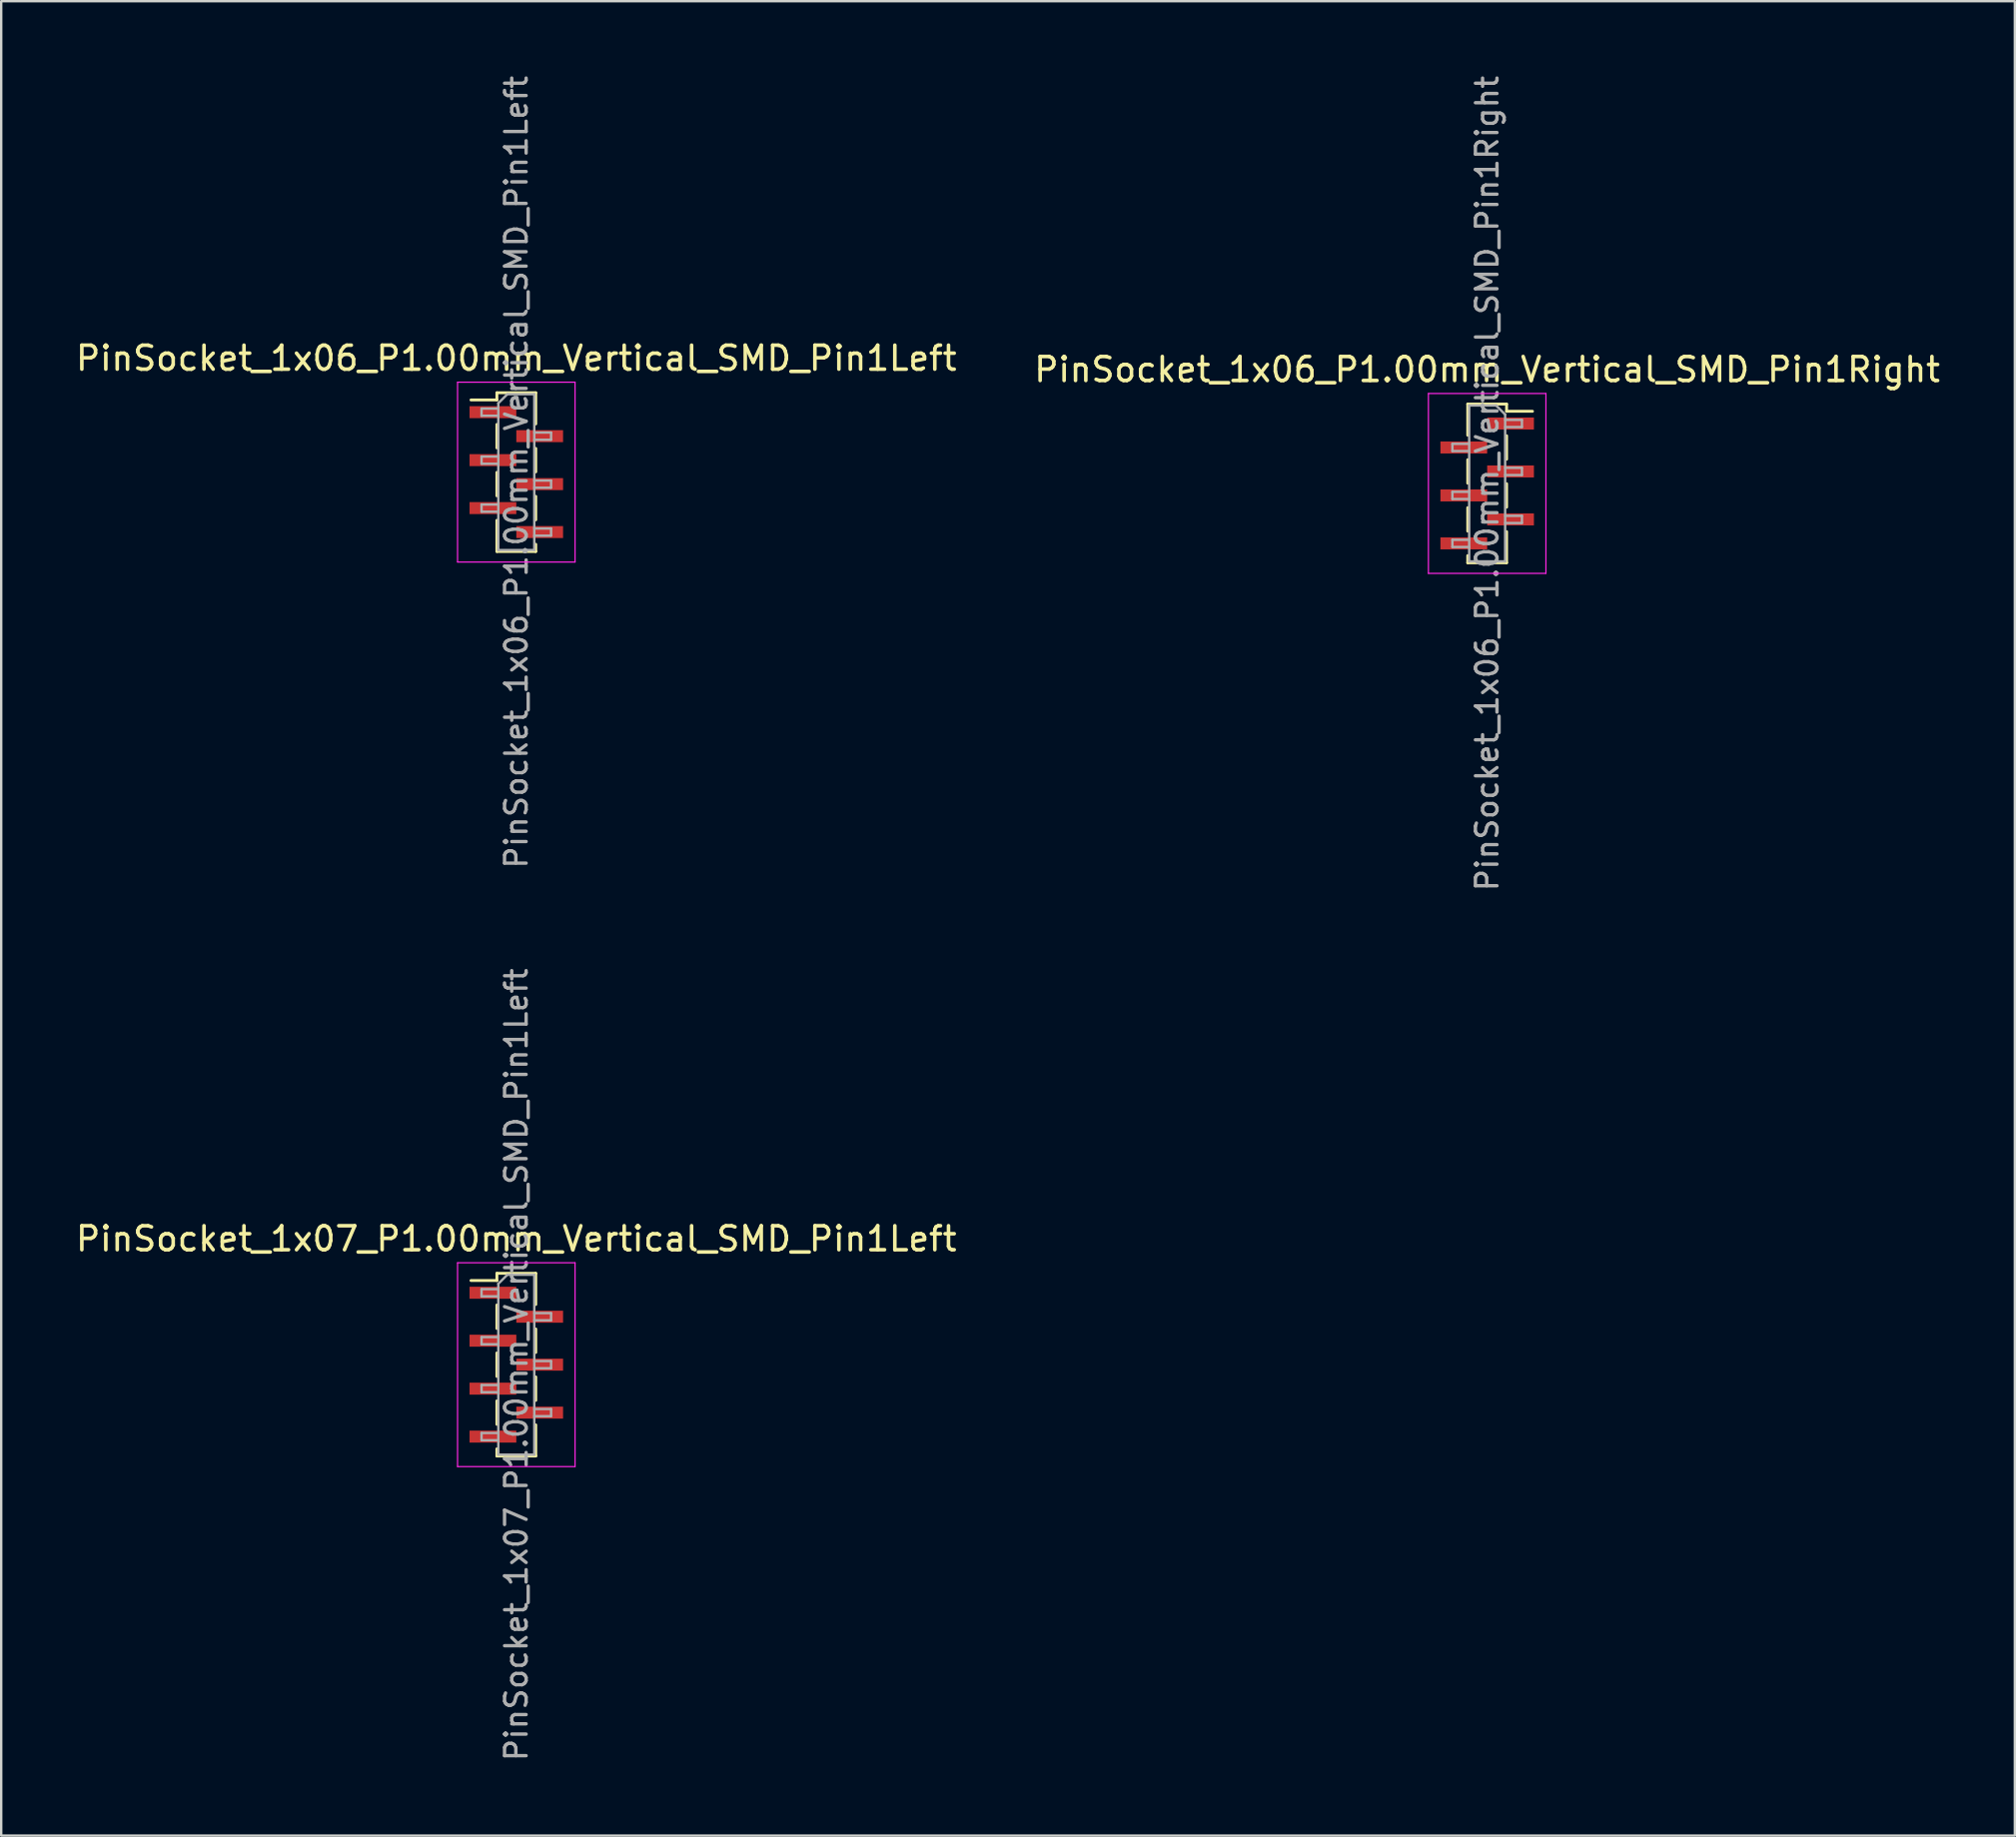
<source format=kicad_pcb>
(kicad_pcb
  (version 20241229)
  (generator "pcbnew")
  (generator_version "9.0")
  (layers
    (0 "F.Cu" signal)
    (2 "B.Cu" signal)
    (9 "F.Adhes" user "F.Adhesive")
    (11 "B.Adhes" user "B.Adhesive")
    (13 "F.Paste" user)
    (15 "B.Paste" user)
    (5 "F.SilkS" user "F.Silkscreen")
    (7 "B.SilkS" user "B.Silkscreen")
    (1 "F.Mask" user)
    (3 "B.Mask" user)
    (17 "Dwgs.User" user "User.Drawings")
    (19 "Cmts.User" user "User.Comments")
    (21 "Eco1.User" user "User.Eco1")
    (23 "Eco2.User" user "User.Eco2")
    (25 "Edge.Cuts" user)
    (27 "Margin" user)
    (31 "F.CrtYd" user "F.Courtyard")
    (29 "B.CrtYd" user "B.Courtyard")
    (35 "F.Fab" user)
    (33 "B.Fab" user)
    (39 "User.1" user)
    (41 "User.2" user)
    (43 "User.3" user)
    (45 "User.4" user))
  (footprint "PinSocket_1x06_P1.00mm_Vertical_SMD_Pin1Right"
    (layer "F.Cu")
    (at 58.97 17.113)
    (property "Reference" "PinSocket_1x06_P1.00mm_Vertical_SMD_Pin1Right" (at 0 -4.75 0) (layer "F.SilkS") (effects (font (size 1 1) (thickness 0.15))))
    (attr smd)
    (fp_line (start -0.81 -3.31) (end -0.81 -2.01) (stroke (width 0.12) (type solid)) (layer "F.SilkS"))
    (fp_line (start -0.81 -3.31) (end 0.81 -3.31) (stroke (width 0.12) (type solid)) (layer "F.SilkS"))
    (fp_line (start -0.81 -0.99) (end -0.81 -0.01) (stroke (width 0.12) (type solid)) (layer "F.SilkS"))
    (fp_line (start -0.81 1.01) (end -0.81 1.99) (stroke (width 0.12) (type solid)) (layer "F.SilkS"))
    (fp_line (start -0.81 3.01) (end -0.81 3.31) (stroke (width 0.12) (type solid)) (layer "F.SilkS"))
    (fp_line (start -0.81 3.31) (end 0.81 3.31) (stroke (width 0.12) (type solid)) (layer "F.SilkS"))
    (fp_line (start 0.81 -3.31) (end 0.81 -3.01) (stroke (width 0.12) (type solid)) (layer "F.SilkS"))
    (fp_line (start 0.81 -3.01) (end 1.89 -3.01) (stroke (width 0.12) (type solid)) (layer "F.SilkS"))
    (fp_line (start 0.81 -1.99) (end 0.81 -1.01) (stroke (width 0.12) (type solid)) (layer "F.SilkS"))
    (fp_line (start 0.81 0.01) (end 0.81 0.99) (stroke (width 0.12) (type solid)) (layer "F.SilkS"))
    (fp_line (start 0.81 2.01) (end 0.81 3.31) (stroke (width 0.12) (type solid)) (layer "F.SilkS"))
    (fp_line (start -2.45 -3.75) (end 2.45 -3.75) (stroke (width 0.05) (type solid)) (layer "F.CrtYd"))
    (fp_line (start -2.45 3.75) (end -2.45 -3.75) (stroke (width 0.05) (type solid)) (layer "F.CrtYd"))
    (fp_line (start 2.45 -3.75) (end 2.45 3.75) (stroke (width 0.05) (type solid)) (layer "F.CrtYd"))
    (fp_line (start 2.45 3.75) (end -2.45 3.75) (stroke (width 0.05) (type solid)) (layer "F.CrtYd"))
    (fp_line (start -1.45 -1.65) (end -0.75 -1.65) (stroke (width 0.1) (type solid)) (layer "F.Fab"))
    (fp_line (start -1.45 -1.35) (end -1.45 -1.65) (stroke (width 0.1) (type solid)) (layer "F.Fab"))
    (fp_line (start -1.45 0.35) (end -0.75 0.35) (stroke (width 0.1) (type solid)) (layer "F.Fab"))
    (fp_line (start -1.45 0.65) (end -1.45 0.35) (stroke (width 0.1) (type solid)) (layer "F.Fab"))
    (fp_line (start -1.45 2.35) (end -0.75 2.35) (stroke (width 0.1) (type solid)) (layer "F.Fab"))
    (fp_line (start -1.45 2.65) (end -1.45 2.35) (stroke (width 0.1) (type solid)) (layer "F.Fab"))
    (fp_line (start -0.75 -3.25) (end 0.375 -3.25) (stroke (width 0.1) (type solid)) (layer "F.Fab"))
    (fp_line (start -0.75 -1.35) (end -1.45 -1.35) (stroke (width 0.1) (type solid)) (layer "F.Fab"))
    (fp_line (start -0.75 0.65) (end -1.45 0.65) (stroke (width 0.1) (type solid)) (layer "F.Fab"))
    (fp_line (start -0.75 2.65) (end -1.45 2.65) (stroke (width 0.1) (type solid)) (layer "F.Fab"))
    (fp_line (start -0.75 3.25) (end -0.75 -3.25) (stroke (width 0.1) (type solid)) (layer "F.Fab"))
    (fp_line (start 0.375 -3.25) (end 0.75 -2.875) (stroke (width 0.1) (type solid)) (layer "F.Fab"))
    (fp_line (start 0.75 -2.875) (end 0.75 3.25) (stroke (width 0.1) (type solid)) (layer "F.Fab"))
    (fp_line (start 0.75 -2.65) (end 1.45 -2.65) (stroke (width 0.1) (type solid)) (layer "F.Fab"))
    (fp_line (start 0.75 -0.65) (end 1.45 -0.65) (stroke (width 0.1) (type solid)) (layer "F.Fab"))
    (fp_line (start 0.75 1.35) (end 1.45 1.35) (stroke (width 0.1) (type solid)) (layer "F.Fab"))
    (fp_line (start 0.75 3.25) (end -0.75 3.25) (stroke (width 0.1) (type solid)) (layer "F.Fab"))
    (fp_line (start 1.45 -2.65) (end 1.45 -2.35) (stroke (width 0.1) (type solid)) (layer "F.Fab"))
    (fp_line (start 1.45 -2.35) (end 0.75 -2.35) (stroke (width 0.1) (type solid)) (layer "F.Fab"))
    (fp_line (start 1.45 -0.65) (end 1.45 -0.35) (stroke (width 0.1) (type solid)) (layer "F.Fab"))
    (fp_line (start 1.45 -0.35) (end 0.75 -0.35) (stroke (width 0.1) (type solid)) (layer "F.Fab"))
    (fp_line (start 1.45 1.35) (end 1.45 1.65) (stroke (width 0.1) (type solid)) (layer "F.Fab"))
    (fp_line (start 1.45 1.65) (end 0.75 1.65) (stroke (width 0.1) (type solid)) (layer "F.Fab"))
    (fp_text user "${REFERENCE}" (at 0 0 90) (layer "F.Fab") (effects (font (size 0.9 0.9) (thickness 0.14))))
    (pad "1" smd rect (at 0.975 -2.5) (size 1.95 0.5) (layers "F.Cu" "F.Mask" "F.Paste"))
    (pad "2" smd rect (at -0.975 -1.5) (size 1.95 0.5) (layers "F.Cu" "F.Mask" "F.Paste"))
    (pad "3" smd rect (at 0.975 -0.5) (size 1.95 0.5) (layers "F.Cu" "F.Mask" "F.Paste"))
    (pad "4" smd rect (at -0.975 0.5) (size 1.95 0.5) (layers "F.Cu" "F.Mask" "F.Paste"))
    (pad "5" smd rect (at 0.975 1.5) (size 1.95 0.5) (layers "F.Cu" "F.Mask" "F.Paste"))
    (pad "6" smd rect (at -0.975 2.5) (size 1.95 0.5) (layers "F.Cu" "F.Mask" "F.Paste")))
  (footprint "PinSocket_1x06_P1.00mm_Vertical_SMD_Pin1Left"
    (layer "F.Cu")
    (at 18.482 16.641)
    (property "Reference" "PinSocket_1x06_P1.00mm_Vertical_SMD_Pin1Left" (at 0 -4.75 0) (layer "F.SilkS") (effects (font (size 1 1) (thickness 0.15))))
    (attr smd)
    (fp_line (start -1.89 -3.01) (end -0.81 -3.01) (stroke (width 0.12) (type solid)) (layer "F.SilkS"))
    (fp_line (start -0.81 -3.31) (end -0.81 -3.01) (stroke (width 0.12) (type solid)) (layer "F.SilkS"))
    (fp_line (start -0.81 -3.31) (end 0.81 -3.31) (stroke (width 0.12) (type solid)) (layer "F.SilkS"))
    (fp_line (start -0.81 -1.99) (end -0.81 -1.01) (stroke (width 0.12) (type solid)) (layer "F.SilkS"))
    (fp_line (start -0.81 0.01) (end -0.81 0.99) (stroke (width 0.12) (type solid)) (layer "F.SilkS"))
    (fp_line (start -0.81 2.01) (end -0.81 3.31) (stroke (width 0.12) (type solid)) (layer "F.SilkS"))
    (fp_line (start -0.81 3.31) (end 0.81 3.31) (stroke (width 0.12) (type solid)) (layer "F.SilkS"))
    (fp_line (start 0.81 -3.31) (end 0.81 -2.01) (stroke (width 0.12) (type solid)) (layer "F.SilkS"))
    (fp_line (start 0.81 -0.99) (end 0.81 -0.01) (stroke (width 0.12) (type solid)) (layer "F.SilkS"))
    (fp_line (start 0.81 1.01) (end 0.81 1.99) (stroke (width 0.12) (type solid)) (layer "F.SilkS"))
    (fp_line (start 0.81 3.01) (end 0.81 3.31) (stroke (width 0.12) (type solid)) (layer "F.SilkS"))
    (fp_line (start -2.45 -3.75) (end 2.45 -3.75) (stroke (width 0.05) (type solid)) (layer "F.CrtYd"))
    (fp_line (start -2.45 3.75) (end -2.45 -3.75) (stroke (width 0.05) (type solid)) (layer "F.CrtYd"))
    (fp_line (start 2.45 -3.75) (end 2.45 3.75) (stroke (width 0.05) (type solid)) (layer "F.CrtYd"))
    (fp_line (start 2.45 3.75) (end -2.45 3.75) (stroke (width 0.05) (type solid)) (layer "F.CrtYd"))
    (fp_line (start -1.45 -2.65) (end -0.75 -2.65) (stroke (width 0.1) (type solid)) (layer "F.Fab"))
    (fp_line (start -1.45 -2.35) (end -1.45 -2.65) (stroke (width 0.1) (type solid)) (layer "F.Fab"))
    (fp_line (start -1.45 -0.65) (end -0.75 -0.65) (stroke (width 0.1) (type solid)) (layer "F.Fab"))
    (fp_line (start -1.45 -0.35) (end -1.45 -0.65) (stroke (width 0.1) (type solid)) (layer "F.Fab"))
    (fp_line (start -1.45 1.35) (end -0.75 1.35) (stroke (width 0.1) (type solid)) (layer "F.Fab"))
    (fp_line (start -1.45 1.65) (end -1.45 1.35) (stroke (width 0.1) (type solid)) (layer "F.Fab"))
    (fp_line (start -0.75 -2.875) (end -0.375 -3.25) (stroke (width 0.1) (type solid)) (layer "F.Fab"))
    (fp_line (start -0.75 -2.35) (end -1.45 -2.35) (stroke (width 0.1) (type solid)) (layer "F.Fab"))
    (fp_line (start -0.75 -0.35) (end -1.45 -0.35) (stroke (width 0.1) (type solid)) (layer "F.Fab"))
    (fp_line (start -0.75 1.65) (end -1.45 1.65) (stroke (width 0.1) (type solid)) (layer "F.Fab"))
    (fp_line (start -0.75 3.25) (end -0.75 -2.875) (stroke (width 0.1) (type solid)) (layer "F.Fab"))
    (fp_line (start -0.375 -3.25) (end 0.75 -3.25) (stroke (width 0.1) (type solid)) (layer "F.Fab"))
    (fp_line (start 0.75 -3.25) (end 0.75 3.25) (stroke (width 0.1) (type solid)) (layer "F.Fab"))
    (fp_line (start 0.75 -1.65) (end 1.45 -1.65) (stroke (width 0.1) (type solid)) (layer "F.Fab"))
    (fp_line (start 0.75 0.35) (end 1.45 0.35) (stroke (width 0.1) (type solid)) (layer "F.Fab"))
    (fp_line (start 0.75 2.35) (end 1.45 2.35) (stroke (width 0.1) (type solid)) (layer "F.Fab"))
    (fp_line (start 0.75 3.25) (end -0.75 3.25) (stroke (width 0.1) (type solid)) (layer "F.Fab"))
    (fp_line (start 1.45 -1.65) (end 1.45 -1.35) (stroke (width 0.1) (type solid)) (layer "F.Fab"))
    (fp_line (start 1.45 -1.35) (end 0.75 -1.35) (stroke (width 0.1) (type solid)) (layer "F.Fab"))
    (fp_line (start 1.45 0.35) (end 1.45 0.65) (stroke (width 0.1) (type solid)) (layer "F.Fab"))
    (fp_line (start 1.45 0.65) (end 0.75 0.65) (stroke (width 0.1) (type solid)) (layer "F.Fab"))
    (fp_line (start 1.45 2.35) (end 1.45 2.65) (stroke (width 0.1) (type solid)) (layer "F.Fab"))
    (fp_line (start 1.45 2.65) (end 0.75 2.65) (stroke (width 0.1) (type solid)) (layer "F.Fab"))
    (fp_text user "${REFERENCE}" (at 0 0 90) (layer "F.Fab") (effects (font (size 0.9 0.9) (thickness 0.14))))
    (pad "1" smd rect (at -0.975 -2.5) (size 1.95 0.5) (layers "F.Cu" "F.Mask" "F.Paste"))
    (pad "2" smd rect (at 0.975 -1.5) (size 1.95 0.5) (layers "F.Cu" "F.Mask" "F.Paste"))
    (pad "3" smd rect (at -0.975 -0.5) (size 1.95 0.5) (layers "F.Cu" "F.Mask" "F.Paste"))
    (pad "4" smd rect (at 0.975 0.5) (size 1.95 0.5) (layers "F.Cu" "F.Mask" "F.Paste"))
    (pad "5" smd rect (at -0.975 1.5) (size 1.95 0.5) (layers "F.Cu" "F.Mask" "F.Paste"))
    (pad "6" smd rect (at 0.975 2.5) (size 1.95 0.5) (layers "F.Cu" "F.Mask" "F.Paste")))
  (footprint "PinSocket_1x07_P1.00mm_Vertical_SMD_Pin1Left"
    (layer "F.Cu")
    (at 18.482 53.867)
    (property "Reference" "PinSocket_1x07_P1.00mm_Vertical_SMD_Pin1Left" (at 0 -5.25 0) (layer "F.SilkS") (effects (font (size 1 1) (thickness 0.15))))
    (attr smd)
    (fp_line (start -1.89 -3.51) (end -0.81 -3.51) (stroke (width 0.12) (type solid)) (layer "F.SilkS"))
    (fp_line (start -0.81 -3.81) (end -0.81 -3.51) (stroke (width 0.12) (type solid)) (layer "F.SilkS"))
    (fp_line (start -0.81 -3.81) (end 0.81 -3.81) (stroke (width 0.12) (type solid)) (layer "F.SilkS"))
    (fp_line (start -0.81 -2.49) (end -0.81 -1.51) (stroke (width 0.12) (type solid)) (layer "F.SilkS"))
    (fp_line (start -0.81 -0.49) (end -0.81 0.49) (stroke (width 0.12) (type solid)) (layer "F.SilkS"))
    (fp_line (start -0.81 1.51) (end -0.81 2.49) (stroke (width 0.12) (type solid)) (layer "F.SilkS"))
    (fp_line (start -0.81 3.51) (end -0.81 3.81) (stroke (width 0.12) (type solid)) (layer "F.SilkS"))
    (fp_line (start -0.81 3.81) (end 0.81 3.81) (stroke (width 0.12) (type solid)) (layer "F.SilkS"))
    (fp_line (start 0.81 -3.81) (end 0.81 -2.51) (stroke (width 0.12) (type solid)) (layer "F.SilkS"))
    (fp_line (start 0.81 -1.49) (end 0.81 -0.51) (stroke (width 0.12) (type solid)) (layer "F.SilkS"))
    (fp_line (start 0.81 0.51) (end 0.81 1.49) (stroke (width 0.12) (type solid)) (layer "F.SilkS"))
    (fp_line (start 0.81 2.51) (end 0.81 3.81) (stroke (width 0.12) (type solid)) (layer "F.SilkS"))
    (fp_line (start -2.45 -4.25) (end 2.45 -4.25) (stroke (width 0.05) (type solid)) (layer "F.CrtYd"))
    (fp_line (start -2.45 4.25) (end -2.45 -4.25) (stroke (width 0.05) (type solid)) (layer "F.CrtYd"))
    (fp_line (start 2.45 -4.25) (end 2.45 4.25) (stroke (width 0.05) (type solid)) (layer "F.CrtYd"))
    (fp_line (start 2.45 4.25) (end -2.45 4.25) (stroke (width 0.05) (type solid)) (layer "F.CrtYd"))
    (fp_line (start -1.45 -3.15) (end -0.75 -3.15) (stroke (width 0.1) (type solid)) (layer "F.Fab"))
    (fp_line (start -1.45 -2.85) (end -1.45 -3.15) (stroke (width 0.1) (type solid)) (layer "F.Fab"))
    (fp_line (start -1.45 -1.15) (end -0.75 -1.15) (stroke (width 0.1) (type solid)) (layer "F.Fab"))
    (fp_line (start -1.45 -0.85) (end -1.45 -1.15) (stroke (width 0.1) (type solid)) (layer "F.Fab"))
    (fp_line (start -1.45 0.85) (end -0.75 0.85) (stroke (width 0.1) (type solid)) (layer "F.Fab"))
    (fp_line (start -1.45 1.15) (end -1.45 0.85) (stroke (width 0.1) (type solid)) (layer "F.Fab"))
    (fp_line (start -1.45 2.85) (end -0.75 2.85) (stroke (width 0.1) (type solid)) (layer "F.Fab"))
    (fp_line (start -1.45 3.15) (end -1.45 2.85) (stroke (width 0.1) (type solid)) (layer "F.Fab"))
    (fp_line (start -0.75 -3.375) (end -0.375 -3.75) (stroke (width 0.1) (type solid)) (layer "F.Fab"))
    (fp_line (start -0.75 -2.85) (end -1.45 -2.85) (stroke (width 0.1) (type solid)) (layer "F.Fab"))
    (fp_line (start -0.75 -0.85) (end -1.45 -0.85) (stroke (width 0.1) (type solid)) (layer "F.Fab"))
    (fp_line (start -0.75 1.15) (end -1.45 1.15) (stroke (width 0.1) (type solid)) (layer "F.Fab"))
    (fp_line (start -0.75 3.15) (end -1.45 3.15) (stroke (width 0.1) (type solid)) (layer "F.Fab"))
    (fp_line (start -0.75 3.75) (end -0.75 -3.375) (stroke (width 0.1) (type solid)) (layer "F.Fab"))
    (fp_line (start -0.375 -3.75) (end 0.75 -3.75) (stroke (width 0.1) (type solid)) (layer "F.Fab"))
    (fp_line (start 0.75 -3.75) (end 0.75 3.75) (stroke (width 0.1) (type solid)) (layer "F.Fab"))
    (fp_line (start 0.75 -2.15) (end 1.45 -2.15) (stroke (width 0.1) (type solid)) (layer "F.Fab"))
    (fp_line (start 0.75 -0.15) (end 1.45 -0.15) (stroke (width 0.1) (type solid)) (layer "F.Fab"))
    (fp_line (start 0.75 1.85) (end 1.45 1.85) (stroke (width 0.1) (type solid)) (layer "F.Fab"))
    (fp_line (start 0.75 3.75) (end -0.75 3.75) (stroke (width 0.1) (type solid)) (layer "F.Fab"))
    (fp_line (start 1.45 -2.15) (end 1.45 -1.85) (stroke (width 0.1) (type solid)) (layer "F.Fab"))
    (fp_line (start 1.45 -1.85) (end 0.75 -1.85) (stroke (width 0.1) (type solid)) (layer "F.Fab"))
    (fp_line (start 1.45 -0.15) (end 1.45 0.15) (stroke (width 0.1) (type solid)) (layer "F.Fab"))
    (fp_line (start 1.45 0.15) (end 0.75 0.15) (stroke (width 0.1) (type solid)) (layer "F.Fab"))
    (fp_line (start 1.45 1.85) (end 1.45 2.15) (stroke (width 0.1) (type solid)) (layer "F.Fab"))
    (fp_line (start 1.45 2.15) (end 0.75 2.15) (stroke (width 0.1) (type solid)) (layer "F.Fab"))
    (fp_text user "${REFERENCE}" (at 0 0 90) (layer "F.Fab") (effects (font (size 0.9 0.9) (thickness 0.14))))
    (pad "1" smd rect (at -0.975 -3) (size 1.95 0.5) (layers "F.Cu" "F.Mask" "F.Paste"))
    (pad "2" smd rect (at 0.975 -2) (size 1.95 0.5) (layers "F.Cu" "F.Mask" "F.Paste"))
    (pad "3" smd rect (at -0.975 -1) (size 1.95 0.5) (layers "F.Cu" "F.Mask" "F.Paste"))
    (pad "4" smd rect (at 0.975 0) (size 1.95 0.5) (layers "F.Cu" "F.Mask" "F.Paste"))
    (pad "5" smd rect (at -0.975 1) (size 1.95 0.5) (layers "F.Cu" "F.Mask" "F.Paste"))
    (pad "6" smd rect (at 0.975 2) (size 1.95 0.5) (layers "F.Cu" "F.Mask" "F.Paste"))
    (pad "7" smd rect (at -0.975 3) (size 1.95 0.5) (layers "F.Cu" "F.Mask" "F.Paste")))
  (gr_rect
    (start -3 -3)
    (end 80.976 73.509)
    (stroke (width 0.1) (type default))
    (fill no)
    (layer "Edge.Cuts")))
</source>
